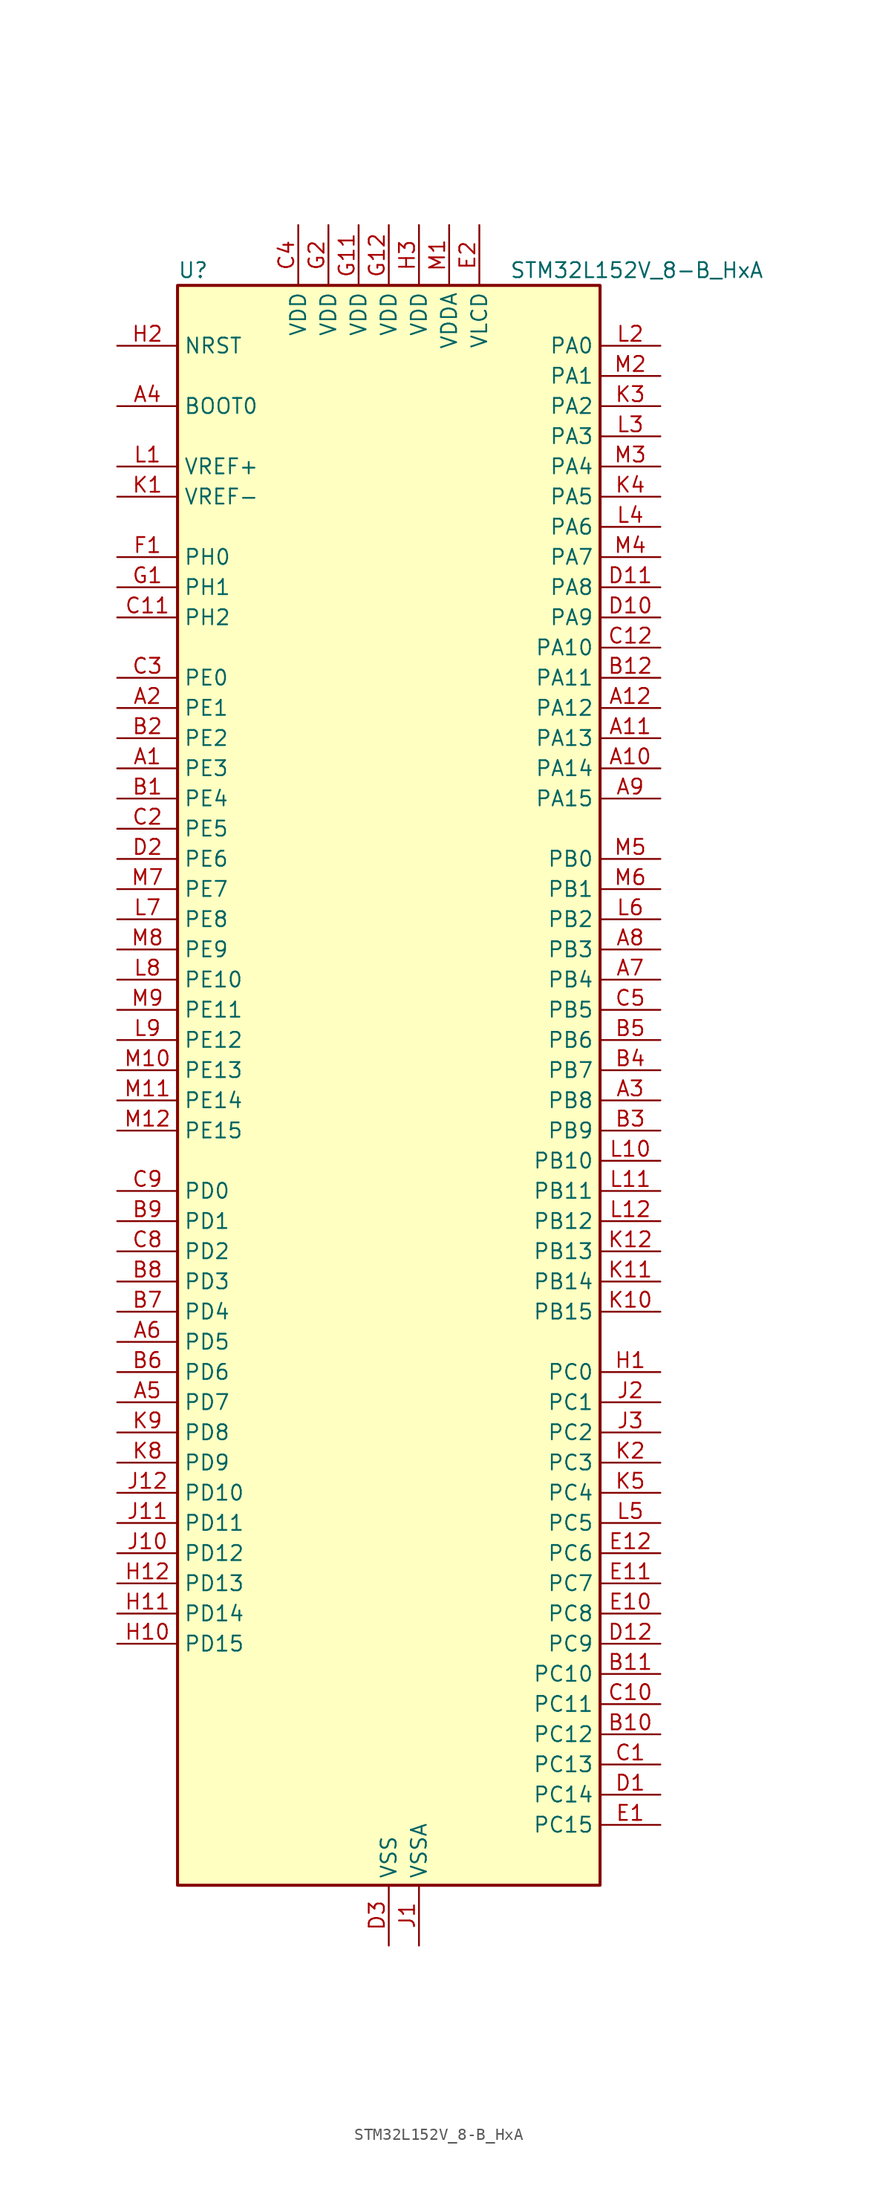
<source format=kicad_sym>
(kicad_symbol_lib
  (version 20241209)
  (generator "kicad_symbol_editor")
  (generator_version "9.0")
  (symbol "STM32L152V_8-B_HxA"
    (property "Reference" "U"
      (at -17.78 69.85 0)
      (effects (font (size 1.27 1.27)) (justify left)))
    (property "Value" "STM32L152V_8-B_HxA"
      (at 10.16 69.85 0)
      (effects (font (size 1.27 1.27)) (justify left)))
    (symbol "STM32L152V_8-B_HxA_0_1"
      (rectangle (start -17.78 -66.04) (end 17.78 68.58) (stroke (width 0.254) (type default)) (fill (type background))))
    (symbol "STM32L152V_8-B_HxA_1_1"
      (pin input line (at -22.86 63.5 0) (length 5.08) (name "NRST" (effects (font (size 1.27 1.27)))) (number "H2" (effects (font (size 1.27 1.27)))))
      (pin input line (at -22.86 58.42 0) (length 5.08) (name "BOOT0" (effects (font (size 1.27 1.27)))) (number "A4" (effects (font (size 1.27 1.27)))))
      (pin input line (at -22.86 53.34 0) (length 5.08) (name "VREF+" (effects (font (size 1.27 1.27)))) (number "L1" (effects (font (size 1.27 1.27)))))
      (pin input line (at -22.86 50.8 0) (length 5.08) (name "VREF-" (effects (font (size 1.27 1.27)))) (number "K1" (effects (font (size 1.27 1.27)))))
      (pin bidirectional line (at -22.86 45.72 0) (length 5.08) (name "PH0" (effects (font (size 1.27 1.27)))) (number "F1" (effects (font (size 1.27 1.27)))) (alternate "RCC_OSC_IN" bidirectional line))
      (pin bidirectional line (at -22.86 43.18 0) (length 5.08) (name "PH1" (effects (font (size 1.27 1.27)))) (number "G1" (effects (font (size 1.27 1.27)))) (alternate "RCC_OSC_OUT" bidirectional line))
      (pin bidirectional line (at -22.86 40.64 0) (length 5.08) (name "PH2" (effects (font (size 1.27 1.27)))) (number "C11" (effects (font (size 1.27 1.27)))))
      (pin bidirectional line (at -22.86 35.56 0) (length 5.08) (name "PE0" (effects (font (size 1.27 1.27)))) (number "C3" (effects (font (size 1.27 1.27)))) (alternate "LCD_SEG36" bidirectional line) (alternate "TIM10_CH1" bidirectional line) (alternate "TIM4_ETR" bidirectional line) (alternate "TIMX_IC1" bidirectional line))
      (pin bidirectional line (at -22.86 33.02 0) (length 5.08) (name "PE1" (effects (font (size 1.27 1.27)))) (number "A2" (effects (font (size 1.27 1.27)))) (alternate "LCD_SEG37" bidirectional line) (alternate "TIM11_CH1" bidirectional line) (alternate "TIMX_IC2" bidirectional line))
      (pin bidirectional line (at -22.86 30.48 0) (length 5.08) (name "PE2" (effects (font (size 1.27 1.27)))) (number "B2" (effects (font (size 1.27 1.27)))) (alternate "LCD_SEG38" bidirectional line) (alternate "SYS_TRACECK" bidirectional line) (alternate "TIM3_ETR" bidirectional line) (alternate "TIMX_IC3" bidirectional line))
      (pin bidirectional line (at -22.86 27.94 0) (length 5.08) (name "PE3" (effects (font (size 1.27 1.27)))) (number "A1" (effects (font (size 1.27 1.27)))) (alternate "LCD_SEG39" bidirectional line) (alternate "SYS_TRACED0" bidirectional line) (alternate "TIM3_CH1" bidirectional line) (alternate "TIMX_IC4" bidirectional line))
      (pin bidirectional line (at -22.86 25.4 0) (length 5.08) (name "PE4" (effects (font (size 1.27 1.27)))) (number "B1" (effects (font (size 1.27 1.27)))) (alternate "SYS_TRACED1" bidirectional line) (alternate "TIM3_CH2" bidirectional line) (alternate "TIMX_IC1" bidirectional line))
      (pin bidirectional line (at -22.86 22.86 0) (length 5.08) (name "PE5" (effects (font (size 1.27 1.27)))) (number "C2" (effects (font (size 1.27 1.27)))) (alternate "SYS_TRACED2" bidirectional line) (alternate "TIM9_CH1" bidirectional line) (alternate "TIMX_IC2" bidirectional line))
      (pin bidirectional line (at -22.86 20.32 0) (length 5.08) (name "PE6" (effects (font (size 1.27 1.27)))) (number "D2" (effects (font (size 1.27 1.27)))) (alternate "RTC_TAMP3" bidirectional line) (alternate "SYS_TRACED3" bidirectional line) (alternate "SYS_WKUP3" bidirectional line) (alternate "TIM9_CH2" bidirectional line) (alternate "TIMX_IC3" bidirectional line))
      (pin bidirectional line (at -22.86 17.78 0) (length 5.08) (name "PE7" (effects (font (size 1.27 1.27)))) (number "M7" (effects (font (size 1.27 1.27)))) (alternate "ADC_IN22" bidirectional line) (alternate "COMP1_INP" bidirectional line) (alternate "TIMX_IC4" bidirectional line))
      (pin bidirectional line (at -22.86 15.24 0) (length 5.08) (name "PE8" (effects (font (size 1.27 1.27)))) (number "L7" (effects (font (size 1.27 1.27)))) (alternate "ADC_IN23" bidirectional line) (alternate "COMP1_INP" bidirectional line) (alternate "TIMX_IC1" bidirectional line))
      (pin bidirectional line (at -22.86 12.7 0) (length 5.08) (name "PE9" (effects (font (size 1.27 1.27)))) (number "M8" (effects (font (size 1.27 1.27)))) (alternate "ADC_IN24" bidirectional line) (alternate "COMP1_INP" bidirectional line) (alternate "DAC_EXTI9" bidirectional line) (alternate "TIM2_CH1" bidirectional line) (alternate "TIM2_ETR" bidirectional line) (alternate "TIMX_IC2" bidirectional line))
      (pin bidirectional line (at -22.86 10.16 0) (length 5.08) (name "PE10" (effects (font (size 1.27 1.27)))) (number "L8" (effects (font (size 1.27 1.27)))) (alternate "ADC_IN25" bidirectional line) (alternate "COMP1_INP" bidirectional line) (alternate "TIM2_CH2" bidirectional line) (alternate "TIMX_IC3" bidirectional line))
      (pin bidirectional line (at -22.86 7.62 0) (length 5.08) (name "PE11" (effects (font (size 1.27 1.27)))) (number "M9" (effects (font (size 1.27 1.27)))) (alternate "ADC_EXTI11" bidirectional line) (alternate "TIM2_CH3" bidirectional line) (alternate "TIMX_IC4" bidirectional line))
      (pin bidirectional line (at -22.86 5.08 0) (length 5.08) (name "PE12" (effects (font (size 1.27 1.27)))) (number "L9" (effects (font (size 1.27 1.27)))) (alternate "SPI1_NSS" bidirectional line) (alternate "TIM2_CH4" bidirectional line) (alternate "TIMX_IC1" bidirectional line))
      (pin bidirectional line (at -22.86 2.54 0) (length 5.08) (name "PE13" (effects (font (size 1.27 1.27)))) (number "M10" (effects (font (size 1.27 1.27)))) (alternate "SPI1_SCK" bidirectional line) (alternate "TIMX_IC2" bidirectional line))
      (pin bidirectional line (at -22.86 0 0) (length 5.08) (name "PE14" (effects (font (size 1.27 1.27)))) (number "M11" (effects (font (size 1.27 1.27)))) (alternate "SPI1_MISO" bidirectional line) (alternate "TIMX_IC3" bidirectional line))
      (pin bidirectional line (at -22.86 -2.54 0) (length 5.08) (name "PE15" (effects (font (size 1.27 1.27)))) (number "M12" (effects (font (size 1.27 1.27)))) (alternate "ADC_EXTI15" bidirectional line) (alternate "SPI1_MOSI" bidirectional line) (alternate "TIMX_IC4" bidirectional line))
      (pin bidirectional line (at -22.86 -7.62 0) (length 5.08) (name "PD0" (effects (font (size 1.27 1.27)))) (number "C9" (effects (font (size 1.27 1.27)))) (alternate "SPI2_NSS" bidirectional line) (alternate "TIM9_CH1" bidirectional line) (alternate "TIMX_IC1" bidirectional line))
      (pin bidirectional line (at -22.86 -10.16 0) (length 5.08) (name "PD1" (effects (font (size 1.27 1.27)))) (number "B9" (effects (font (size 1.27 1.27)))) (alternate "SPI2_SCK" bidirectional line) (alternate "TIMX_IC2" bidirectional line))
      (pin bidirectional line (at -22.86 -12.7 0) (length 5.08) (name "PD2" (effects (font (size 1.27 1.27)))) (number "C8" (effects (font (size 1.27 1.27)))) (alternate "LCD_COM7" bidirectional line) (alternate "LCD_SEG31" bidirectional line) (alternate "LCD_SEG43" bidirectional line) (alternate "TIM3_ETR" bidirectional line) (alternate "TIMX_IC3" bidirectional line))
      (pin bidirectional line (at -22.86 -15.24 0) (length 5.08) (name "PD3" (effects (font (size 1.27 1.27)))) (number "B8" (effects (font (size 1.27 1.27)))) (alternate "SPI2_MISO" bidirectional line) (alternate "TIMX_IC4" bidirectional line) (alternate "USART2_CTS" bidirectional line))
      (pin bidirectional line (at -22.86 -17.78 0) (length 5.08) (name "PD4" (effects (font (size 1.27 1.27)))) (number "B7" (effects (font (size 1.27 1.27)))) (alternate "SPI2_MOSI" bidirectional line) (alternate "TIMX_IC1" bidirectional line) (alternate "USART2_RTS" bidirectional line))
      (pin bidirectional line (at -22.86 -20.32 0) (length 5.08) (name "PD5" (effects (font (size 1.27 1.27)))) (number "A6" (effects (font (size 1.27 1.27)))) (alternate "TIMX_IC2" bidirectional line) (alternate "USART2_TX" bidirectional line))
      (pin bidirectional line (at -22.86 -22.86 0) (length 5.08) (name "PD6" (effects (font (size 1.27 1.27)))) (number "B6" (effects (font (size 1.27 1.27)))) (alternate "TIMX_IC3" bidirectional line) (alternate "USART2_RX" bidirectional line))
      (pin bidirectional line (at -22.86 -25.4 0) (length 5.08) (name "PD7" (effects (font (size 1.27 1.27)))) (number "A5" (effects (font (size 1.27 1.27)))) (alternate "TIM9_CH2" bidirectional line) (alternate "TIMX_IC4" bidirectional line) (alternate "USART2_CK" bidirectional line))
      (pin bidirectional line (at -22.86 -27.94 0) (length 5.08) (name "PD8" (effects (font (size 1.27 1.27)))) (number "K9" (effects (font (size 1.27 1.27)))) (alternate "LCD_SEG28" bidirectional line) (alternate "TIMX_IC1" bidirectional line) (alternate "USART3_TX" bidirectional line))
      (pin bidirectional line (at -22.86 -30.48 0) (length 5.08) (name "PD9" (effects (font (size 1.27 1.27)))) (number "K8" (effects (font (size 1.27 1.27)))) (alternate "DAC_EXTI9" bidirectional line) (alternate "LCD_SEG29" bidirectional line) (alternate "TIMX_IC2" bidirectional line) (alternate "USART3_RX" bidirectional line))
      (pin bidirectional line (at -22.86 -33.02 0) (length 5.08) (name "PD10" (effects (font (size 1.27 1.27)))) (number "J12" (effects (font (size 1.27 1.27)))) (alternate "LCD_SEG30" bidirectional line) (alternate "TIMX_IC3" bidirectional line) (alternate "USART3_CK" bidirectional line))
      (pin bidirectional line (at -22.86 -35.56 0) (length 5.08) (name "PD11" (effects (font (size 1.27 1.27)))) (number "J11" (effects (font (size 1.27 1.27)))) (alternate "ADC_EXTI11" bidirectional line) (alternate "LCD_SEG31" bidirectional line) (alternate "TIMX_IC4" bidirectional line) (alternate "USART3_CTS" bidirectional line))
      (pin bidirectional line (at -22.86 -38.1 0) (length 5.08) (name "PD12" (effects (font (size 1.27 1.27)))) (number "J10" (effects (font (size 1.27 1.27)))) (alternate "LCD_SEG32" bidirectional line) (alternate "TIM4_CH1" bidirectional line) (alternate "TIMX_IC1" bidirectional line) (alternate "USART3_RTS" bidirectional line))
      (pin bidirectional line (at -22.86 -40.64 0) (length 5.08) (name "PD13" (effects (font (size 1.27 1.27)))) (number "H12" (effects (font (size 1.27 1.27)))) (alternate "LCD_SEG33" bidirectional line) (alternate "TIM4_CH2" bidirectional line) (alternate "TIMX_IC2" bidirectional line))
      (pin bidirectional line (at -22.86 -43.18 0) (length 5.08) (name "PD14" (effects (font (size 1.27 1.27)))) (number "H11" (effects (font (size 1.27 1.27)))) (alternate "LCD_SEG34" bidirectional line) (alternate "TIM4_CH3" bidirectional line) (alternate "TIMX_IC3" bidirectional line))
      (pin bidirectional line (at -22.86 -45.72 0) (length 5.08) (name "PD15" (effects (font (size 1.27 1.27)))) (number "H10" (effects (font (size 1.27 1.27)))) (alternate "ADC_EXTI15" bidirectional line) (alternate "LCD_SEG35" bidirectional line) (alternate "TIM4_CH4" bidirectional line) (alternate "TIMX_IC4" bidirectional line))
      (pin power_in line (at -7.62 73.66 270) (length 5.08) (name "VDD" (effects (font (size 1.27 1.27)))) (number "C4" (effects (font (size 1.27 1.27)))))
      (pin power_in line (at -5.08 73.66 270) (length 5.08) (name "VDD" (effects (font (size 1.27 1.27)))) (number "G2" (effects (font (size 1.27 1.27)))))
      (pin power_in line (at -2.54 73.66 270) (length 5.08) (name "VDD" (effects (font (size 1.27 1.27)))) (number "G11" (effects (font (size 1.27 1.27)))))
      (pin power_in line (at 0 73.66 270) (length 5.08) (name "VDD" (effects (font (size 1.27 1.27)))) (number "G12" (effects (font (size 1.27 1.27)))))
      (pin power_in line (at 0 -71.12 90) (length 5.08) (name "VSS" (effects (font (size 1.27 1.27)))) (number "D3" (effects (font (size 1.27 1.27)))))
      (pin passive line (at 0 -71.12 90) (length 5.08) (hide yes) (name "VSS" (effects (font (size 1.27 1.27)))) (number "E3" (effects (font (size 1.27 1.27)))))
      (pin passive line (at 0 -71.12 90) (length 5.08) (hide yes) (name "VSS" (effects (font (size 1.27 1.27)))) (number "F11" (effects (font (size 1.27 1.27)))))
      (pin passive line (at 0 -71.12 90) (length 5.08) (hide yes) (name "VSS" (effects (font (size 1.27 1.27)))) (number "F12" (effects (font (size 1.27 1.27)))))
      (pin passive line (at 0 -71.12 90) (length 5.08) (hide yes) (name "VSS" (effects (font (size 1.27 1.27)))) (number "F2" (effects (font (size 1.27 1.27)))))
      (pin power_in line (at 2.54 73.66 270) (length 5.08) (name "VDD" (effects (font (size 1.27 1.27)))) (number "H3" (effects (font (size 1.27 1.27)))))
      (pin power_in line (at 2.54 -71.12 90) (length 5.08) (name "VSSA" (effects (font (size 1.27 1.27)))) (number "J1" (effects (font (size 1.27 1.27)))))
      (pin power_in line (at 5.08 73.66 270) (length 5.08) (name "VDDA" (effects (font (size 1.27 1.27)))) (number "M1" (effects (font (size 1.27 1.27)))))
      (pin power_in line (at 7.62 73.66 270) (length 5.08) (name "VLCD" (effects (font (size 1.27 1.27)))) (number "E2" (effects (font (size 1.27 1.27)))))
      (pin bidirectional line (at 22.86 63.5 180) (length 5.08) (name "PA0" (effects (font (size 1.27 1.27)))) (number "L2" (effects (font (size 1.27 1.27)))) (alternate "ADC_IN0" bidirectional line) (alternate "COMP1_INP" bidirectional line) (alternate "RTC_TAMP2" bidirectional line) (alternate "SYS_WKUP1" bidirectional line) (alternate "TIM2_CH1" bidirectional line) (alternate "TIM2_ETR" bidirectional line) (alternate "TIMX_IC1" bidirectional line) (alternate "TS_G1_IO1" bidirectional line) (alternate "USART2_CTS" bidirectional line))
      (pin bidirectional line (at 22.86 60.96 180) (length 5.08) (name "PA1" (effects (font (size 1.27 1.27)))) (number "M2" (effects (font (size 1.27 1.27)))) (alternate "ADC_IN1" bidirectional line) (alternate "COMP1_INP" bidirectional line) (alternate "LCD_SEG0" bidirectional line) (alternate "TIM2_CH2" bidirectional line) (alternate "TIMX_IC2" bidirectional line) (alternate "TS_G1_IO2" bidirectional line) (alternate "USART2_RTS" bidirectional line))
      (pin bidirectional line (at 22.86 58.42 180) (length 5.08) (name "PA2" (effects (font (size 1.27 1.27)))) (number "K3" (effects (font (size 1.27 1.27)))) (alternate "ADC_IN2" bidirectional line) (alternate "COMP1_INP" bidirectional line) (alternate "LCD_SEG1" bidirectional line) (alternate "TIM2_CH3" bidirectional line) (alternate "TIM9_CH1" bidirectional line) (alternate "TIMX_IC3" bidirectional line) (alternate "TS_G1_IO3" bidirectional line) (alternate "USART2_TX" bidirectional line))
      (pin bidirectional line (at 22.86 55.88 180) (length 5.08) (name "PA3" (effects (font (size 1.27 1.27)))) (number "L3" (effects (font (size 1.27 1.27)))) (alternate "ADC_IN3" bidirectional line) (alternate "COMP1_INP" bidirectional line) (alternate "LCD_SEG2" bidirectional line) (alternate "TIM2_CH4" bidirectional line) (alternate "TIM9_CH2" bidirectional line) (alternate "TIMX_IC4" bidirectional line) (alternate "TS_G1_IO4" bidirectional line) (alternate "USART2_RX" bidirectional line))
      (pin bidirectional line (at 22.86 53.34 180) (length 5.08) (name "PA4" (effects (font (size 1.27 1.27)))) (number "M3" (effects (font (size 1.27 1.27)))) (alternate "ADC_IN4" bidirectional line) (alternate "COMP1_INP" bidirectional line) (alternate "DAC_OUT1" bidirectional line) (alternate "SPI1_NSS" bidirectional line) (alternate "TIMX_IC1" bidirectional line) (alternate "USART2_CK" bidirectional line))
      (pin bidirectional line (at 22.86 50.8 180) (length 5.08) (name "PA5" (effects (font (size 1.27 1.27)))) (number "K4" (effects (font (size 1.27 1.27)))) (alternate "ADC_IN5" bidirectional line) (alternate "COMP1_INP" bidirectional line) (alternate "DAC_OUT2" bidirectional line) (alternate "SPI1_SCK" bidirectional line) (alternate "TIM2_CH1" bidirectional line) (alternate "TIM2_ETR" bidirectional line) (alternate "TIMX_IC2" bidirectional line))
      (pin bidirectional line (at 22.86 48.26 180) (length 5.08) (name "PA6" (effects (font (size 1.27 1.27)))) (number "L4" (effects (font (size 1.27 1.27)))) (alternate "ADC_IN6" bidirectional line) (alternate "COMP1_INP" bidirectional line) (alternate "LCD_SEG3" bidirectional line) (alternate "SPI1_MISO" bidirectional line) (alternate "TIM10_CH1" bidirectional line) (alternate "TIM3_CH1" bidirectional line) (alternate "TIMX_IC3" bidirectional line) (alternate "TS_G2_IO1" bidirectional line))
      (pin bidirectional line (at 22.86 45.72 180) (length 5.08) (name "PA7" (effects (font (size 1.27 1.27)))) (number "M4" (effects (font (size 1.27 1.27)))) (alternate "ADC_IN7" bidirectional line) (alternate "COMP1_INP" bidirectional line) (alternate "LCD_SEG4" bidirectional line) (alternate "SPI1_MOSI" bidirectional line) (alternate "TIM11_CH1" bidirectional line) (alternate "TIM3_CH2" bidirectional line) (alternate "TIMX_IC4" bidirectional line) (alternate "TS_G2_IO2" bidirectional line))
      (pin bidirectional line (at 22.86 43.18 180) (length 5.08) (name "PA8" (effects (font (size 1.27 1.27)))) (number "D11" (effects (font (size 1.27 1.27)))) (alternate "LCD_COM0" bidirectional line) (alternate "RCC_MCO" bidirectional line) (alternate "TIMX_IC1" bidirectional line) (alternate "TS_G4_IO1" bidirectional line) (alternate "USART1_CK" bidirectional line))
      (pin bidirectional line (at 22.86 40.64 180) (length 5.08) (name "PA9" (effects (font (size 1.27 1.27)))) (number "D10" (effects (font (size 1.27 1.27)))) (alternate "DAC_EXTI9" bidirectional line) (alternate "LCD_COM1" bidirectional line) (alternate "TIMX_IC2" bidirectional line) (alternate "TS_G4_IO2" bidirectional line) (alternate "USART1_TX" bidirectional line))
      (pin bidirectional line (at 22.86 38.1 180) (length 5.08) (name "PA10" (effects (font (size 1.27 1.27)))) (number "C12" (effects (font (size 1.27 1.27)))) (alternate "LCD_COM2" bidirectional line) (alternate "TIMX_IC3" bidirectional line) (alternate "TS_G4_IO3" bidirectional line) (alternate "USART1_RX" bidirectional line))
      (pin bidirectional line (at 22.86 35.56 180) (length 5.08) (name "PA11" (effects (font (size 1.27 1.27)))) (number "B12" (effects (font (size 1.27 1.27)))) (alternate "ADC_EXTI11" bidirectional line) (alternate "SPI1_MISO" bidirectional line) (alternate "TIMX_IC4" bidirectional line) (alternate "USART1_CTS" bidirectional line) (alternate "USB_DM" bidirectional line))
      (pin bidirectional line (at 22.86 33.02 180) (length 5.08) (name "PA12" (effects (font (size 1.27 1.27)))) (number "A12" (effects (font (size 1.27 1.27)))) (alternate "SPI1_MOSI" bidirectional line) (alternate "TIMX_IC1" bidirectional line) (alternate "USART1_RTS" bidirectional line) (alternate "USB_DP" bidirectional line))
      (pin bidirectional line (at 22.86 30.48 180) (length 5.08) (name "PA13" (effects (font (size 1.27 1.27)))) (number "A11" (effects (font (size 1.27 1.27)))) (alternate "SYS_JTMS-SWDIO" bidirectional line) (alternate "TIMX_IC2" bidirectional line) (alternate "TS_G5_IO1" bidirectional line))
      (pin bidirectional line (at 22.86 27.94 180) (length 5.08) (name "PA14" (effects (font (size 1.27 1.27)))) (number "A10" (effects (font (size 1.27 1.27)))) (alternate "SYS_JTCK-SWCLK" bidirectional line) (alternate "TIMX_IC3" bidirectional line) (alternate "TS_G5_IO2" bidirectional line))
      (pin bidirectional line (at 22.86 25.4 180) (length 5.08) (name "PA15" (effects (font (size 1.27 1.27)))) (number "A9" (effects (font (size 1.27 1.27)))) (alternate "ADC_EXTI15" bidirectional line) (alternate "LCD_SEG17" bidirectional line) (alternate "SPI1_NSS" bidirectional line) (alternate "SYS_JTDI" bidirectional line) (alternate "TIM2_CH1" bidirectional line) (alternate "TIM2_ETR" bidirectional line) (alternate "TIMX_IC4" bidirectional line) (alternate "TS_G5_IO3" bidirectional line))
      (pin bidirectional line (at 22.86 20.32 180) (length 5.08) (name "PB0" (effects (font (size 1.27 1.27)))) (number "M5" (effects (font (size 1.27 1.27)))) (alternate "ADC_IN8" bidirectional line) (alternate "COMP1_INP" bidirectional line) (alternate "LCD_SEG5" bidirectional line) (alternate "SYS_V_REF_OUT" bidirectional line) (alternate "TIM3_CH3" bidirectional line) (alternate "TS_G3_IO1" bidirectional line))
      (pin bidirectional line (at 22.86 17.78 180) (length 5.08) (name "PB1" (effects (font (size 1.27 1.27)))) (number "M6" (effects (font (size 1.27 1.27)))) (alternate "ADC_IN9" bidirectional line) (alternate "COMP1_INP" bidirectional line) (alternate "LCD_SEG6" bidirectional line) (alternate "SYS_V_REF_OUT" bidirectional line) (alternate "TIM3_CH4" bidirectional line) (alternate "TS_G3_IO2" bidirectional line))
      (pin bidirectional line (at 22.86 15.24 180) (length 5.08) (name "PB2" (effects (font (size 1.27 1.27)))) (number "L6" (effects (font (size 1.27 1.27)))) (alternate "TS_G3_IO3" bidirectional line))
      (pin bidirectional line (at 22.86 12.7 180) (length 5.08) (name "PB3" (effects (font (size 1.27 1.27)))) (number "A8" (effects (font (size 1.27 1.27)))) (alternate "COMP2_INM" bidirectional line) (alternate "LCD_SEG7" bidirectional line) (alternate "SPI1_SCK" bidirectional line) (alternate "SYS_JTDO-TRACESWO" bidirectional line) (alternate "TIM2_CH2" bidirectional line))
      (pin bidirectional line (at 22.86 10.16 180) (length 5.08) (name "PB4" (effects (font (size 1.27 1.27)))) (number "A7" (effects (font (size 1.27 1.27)))) (alternate "COMP2_INP" bidirectional line) (alternate "LCD_SEG8" bidirectional line) (alternate "SPI1_MISO" bidirectional line) (alternate "SYS_JTRST" bidirectional line) (alternate "TIM3_CH1" bidirectional line) (alternate "TS_G6_IO1" bidirectional line))
      (pin bidirectional line (at 22.86 7.62 180) (length 5.08) (name "PB5" (effects (font (size 1.27 1.27)))) (number "C5" (effects (font (size 1.27 1.27)))) (alternate "COMP2_INP" bidirectional line) (alternate "I2C1_SMBA" bidirectional line) (alternate "LCD_SEG9" bidirectional line) (alternate "SPI1_MOSI" bidirectional line) (alternate "TIM3_CH2" bidirectional line) (alternate "TS_G6_IO2" bidirectional line))
      (pin bidirectional line (at 22.86 5.08 180) (length 5.08) (name "PB6" (effects (font (size 1.27 1.27)))) (number "B5" (effects (font (size 1.27 1.27)))) (alternate "I2C1_SCL" bidirectional line) (alternate "TIM4_CH1" bidirectional line) (alternate "TS_G6_IO3" bidirectional line) (alternate "USART1_TX" bidirectional line))
      (pin bidirectional line (at 22.86 2.54 180) (length 5.08) (name "PB7" (effects (font (size 1.27 1.27)))) (number "B4" (effects (font (size 1.27 1.27)))) (alternate "I2C1_SDA" bidirectional line) (alternate "SYS_PVD_IN" bidirectional line) (alternate "TIM4_CH2" bidirectional line) (alternate "TS_G6_IO4" bidirectional line) (alternate "USART1_RX" bidirectional line))
      (pin bidirectional line (at 22.86 0 180) (length 5.08) (name "PB8" (effects (font (size 1.27 1.27)))) (number "A3" (effects (font (size 1.27 1.27)))) (alternate "I2C1_SCL" bidirectional line) (alternate "LCD_SEG16" bidirectional line) (alternate "TIM10_CH1" bidirectional line) (alternate "TIM4_CH3" bidirectional line))
      (pin bidirectional line (at 22.86 -2.54 180) (length 5.08) (name "PB9" (effects (font (size 1.27 1.27)))) (number "B3" (effects (font (size 1.27 1.27)))) (alternate "DAC_EXTI9" bidirectional line) (alternate "I2C1_SDA" bidirectional line) (alternate "LCD_COM3" bidirectional line) (alternate "TIM11_CH1" bidirectional line) (alternate "TIM4_CH4" bidirectional line))
      (pin bidirectional line (at 22.86 -5.08 180) (length 5.08) (name "PB10" (effects (font (size 1.27 1.27)))) (number "L10" (effects (font (size 1.27 1.27)))) (alternate "I2C2_SCL" bidirectional line) (alternate "LCD_SEG10" bidirectional line) (alternate "TIM2_CH3" bidirectional line) (alternate "USART3_TX" bidirectional line))
      (pin bidirectional line (at 22.86 -7.62 180) (length 5.08) (name "PB11" (effects (font (size 1.27 1.27)))) (number "L11" (effects (font (size 1.27 1.27)))) (alternate "ADC_EXTI11" bidirectional line) (alternate "I2C2_SDA" bidirectional line) (alternate "LCD_SEG11" bidirectional line) (alternate "TIM2_CH4" bidirectional line) (alternate "USART3_RX" bidirectional line))
      (pin bidirectional line (at 22.86 -10.16 180) (length 5.08) (name "PB12" (effects (font (size 1.27 1.27)))) (number "L12" (effects (font (size 1.27 1.27)))) (alternate "ADC_IN18" bidirectional line) (alternate "COMP1_INP" bidirectional line) (alternate "I2C2_SMBA" bidirectional line) (alternate "LCD_SEG12" bidirectional line) (alternate "SPI2_NSS" bidirectional line) (alternate "TIM10_CH1" bidirectional line) (alternate "TS_G7_IO1" bidirectional line) (alternate "USART3_CK" bidirectional line))
      (pin bidirectional line (at 22.86 -12.7 180) (length 5.08) (name "PB13" (effects (font (size 1.27 1.27)))) (number "K12" (effects (font (size 1.27 1.27)))) (alternate "ADC_IN19" bidirectional line) (alternate "COMP1_INP" bidirectional line) (alternate "LCD_SEG13" bidirectional line) (alternate "SPI2_SCK" bidirectional line) (alternate "TIM9_CH1" bidirectional line) (alternate "TS_G7_IO2" bidirectional line) (alternate "USART3_CTS" bidirectional line))
      (pin bidirectional line (at 22.86 -15.24 180) (length 5.08) (name "PB14" (effects (font (size 1.27 1.27)))) (number "K11" (effects (font (size 1.27 1.27)))) (alternate "ADC_IN20" bidirectional line) (alternate "COMP1_INP" bidirectional line) (alternate "LCD_SEG14" bidirectional line) (alternate "SPI2_MISO" bidirectional line) (alternate "TIM9_CH2" bidirectional line) (alternate "TS_G7_IO3" bidirectional line) (alternate "USART3_RTS" bidirectional line))
      (pin bidirectional line (at 22.86 -17.78 180) (length 5.08) (name "PB15" (effects (font (size 1.27 1.27)))) (number "K10" (effects (font (size 1.27 1.27)))) (alternate "ADC_EXTI15" bidirectional line) (alternate "ADC_IN21" bidirectional line) (alternate "COMP1_INP" bidirectional line) (alternate "LCD_SEG15" bidirectional line) (alternate "RTC_REFIN" bidirectional line) (alternate "SPI2_MOSI" bidirectional line) (alternate "TIM11_CH1" bidirectional line) (alternate "TS_G7_IO4" bidirectional line))
      (pin bidirectional line (at 22.86 -22.86 180) (length 5.08) (name "PC0" (effects (font (size 1.27 1.27)))) (number "H1" (effects (font (size 1.27 1.27)))) (alternate "ADC_IN10" bidirectional line) (alternate "COMP1_INP" bidirectional line) (alternate "LCD_SEG18" bidirectional line) (alternate "TIMX_IC1" bidirectional line) (alternate "TS_G8_IO1" bidirectional line))
      (pin bidirectional line (at 22.86 -25.4 180) (length 5.08) (name "PC1" (effects (font (size 1.27 1.27)))) (number "J2" (effects (font (size 1.27 1.27)))) (alternate "ADC_IN11" bidirectional line) (alternate "COMP1_INP" bidirectional line) (alternate "LCD_SEG19" bidirectional line) (alternate "TIMX_IC2" bidirectional line) (alternate "TS_G8_IO2" bidirectional line))
      (pin bidirectional line (at 22.86 -27.94 180) (length 5.08) (name "PC2" (effects (font (size 1.27 1.27)))) (number "J3" (effects (font (size 1.27 1.27)))) (alternate "ADC_IN12" bidirectional line) (alternate "COMP1_INP" bidirectional line) (alternate "LCD_SEG20" bidirectional line) (alternate "TIMX_IC3" bidirectional line) (alternate "TS_G8_IO3" bidirectional line))
      (pin bidirectional line (at 22.86 -30.48 180) (length 5.08) (name "PC3" (effects (font (size 1.27 1.27)))) (number "K2" (effects (font (size 1.27 1.27)))) (alternate "ADC_IN13" bidirectional line) (alternate "COMP1_INP" bidirectional line) (alternate "LCD_SEG21" bidirectional line) (alternate "TIMX_IC4" bidirectional line) (alternate "TS_G8_IO4" bidirectional line))
      (pin bidirectional line (at 22.86 -33.02 180) (length 5.08) (name "PC4" (effects (font (size 1.27 1.27)))) (number "K5" (effects (font (size 1.27 1.27)))) (alternate "ADC_IN14" bidirectional line) (alternate "COMP1_INP" bidirectional line) (alternate "LCD_SEG22" bidirectional line) (alternate "TIMX_IC1" bidirectional line) (alternate "TS_G9_IO1" bidirectional line))
      (pin bidirectional line (at 22.86 -35.56 180) (length 5.08) (name "PC5" (effects (font (size 1.27 1.27)))) (number "L5" (effects (font (size 1.27 1.27)))) (alternate "ADC_IN15" bidirectional line) (alternate "COMP1_INP" bidirectional line) (alternate "LCD_SEG23" bidirectional line) (alternate "TIMX_IC2" bidirectional line) (alternate "TS_G9_IO2" bidirectional line))
      (pin bidirectional line (at 22.86 -38.1 180) (length 5.08) (name "PC6" (effects (font (size 1.27 1.27)))) (number "E12" (effects (font (size 1.27 1.27)))) (alternate "LCD_SEG24" bidirectional line) (alternate "TIM3_CH1" bidirectional line) (alternate "TIMX_IC3" bidirectional line) (alternate "TS_G10_IO1" bidirectional line))
      (pin bidirectional line (at 22.86 -40.64 180) (length 5.08) (name "PC7" (effects (font (size 1.27 1.27)))) (number "E11" (effects (font (size 1.27 1.27)))) (alternate "LCD_SEG25" bidirectional line) (alternate "TIM3_CH2" bidirectional line) (alternate "TIMX_IC4" bidirectional line) (alternate "TS_G10_IO2" bidirectional line))
      (pin bidirectional line (at 22.86 -43.18 180) (length 5.08) (name "PC8" (effects (font (size 1.27 1.27)))) (number "E10" (effects (font (size 1.27 1.27)))) (alternate "LCD_SEG26" bidirectional line) (alternate "TIM3_CH3" bidirectional line) (alternate "TIMX_IC1" bidirectional line) (alternate "TS_G10_IO3" bidirectional line))
      (pin bidirectional line (at 22.86 -45.72 180) (length 5.08) (name "PC9" (effects (font (size 1.27 1.27)))) (number "D12" (effects (font (size 1.27 1.27)))) (alternate "DAC_EXTI9" bidirectional line) (alternate "LCD_SEG27" bidirectional line) (alternate "TIM3_CH4" bidirectional line) (alternate "TIMX_IC2" bidirectional line) (alternate "TS_G10_IO4" bidirectional line))
      (pin bidirectional line (at 22.86 -48.26 180) (length 5.08) (name "PC10" (effects (font (size 1.27 1.27)))) (number "B11" (effects (font (size 1.27 1.27)))) (alternate "LCD_COM4" bidirectional line) (alternate "LCD_SEG28" bidirectional line) (alternate "LCD_SEG40" bidirectional line) (alternate "TIMX_IC3" bidirectional line) (alternate "USART3_TX" bidirectional line))
      (pin bidirectional line (at 22.86 -50.8 180) (length 5.08) (name "PC11" (effects (font (size 1.27 1.27)))) (number "C10" (effects (font (size 1.27 1.27)))) (alternate "ADC_EXTI11" bidirectional line) (alternate "LCD_COM5" bidirectional line) (alternate "LCD_SEG29" bidirectional line) (alternate "LCD_SEG41" bidirectional line) (alternate "TIMX_IC4" bidirectional line) (alternate "USART3_RX" bidirectional line))
      (pin bidirectional line (at 22.86 -53.34 180) (length 5.08) (name "PC12" (effects (font (size 1.27 1.27)))) (number "B10" (effects (font (size 1.27 1.27)))) (alternate "LCD_COM6" bidirectional line) (alternate "LCD_SEG30" bidirectional line) (alternate "LCD_SEG42" bidirectional line) (alternate "TIMX_IC1" bidirectional line) (alternate "USART3_CK" bidirectional line))
      (pin bidirectional line (at 22.86 -55.88 180) (length 5.08) (name "PC13" (effects (font (size 1.27 1.27)))) (number "C1" (effects (font (size 1.27 1.27)))) (alternate "RTC_OUT_ALARM" bidirectional line) (alternate "RTC_OUT_CALIB" bidirectional line) (alternate "RTC_TAMP1" bidirectional line) (alternate "RTC_TS" bidirectional line) (alternate "SYS_WKUP2" bidirectional line) (alternate "TIMX_IC2" bidirectional line))
      (pin bidirectional line (at 22.86 -58.42 180) (length 5.08) (name "PC14" (effects (font (size 1.27 1.27)))) (number "D1" (effects (font (size 1.27 1.27)))) (alternate "RCC_OSC32_IN" bidirectional line) (alternate "TIMX_IC3" bidirectional line))
      (pin bidirectional line (at 22.86 -60.96 180) (length 5.08) (name "PC15" (effects (font (size 1.27 1.27)))) (number "E1" (effects (font (size 1.27 1.27)))) (alternate "ADC_EXTI15" bidirectional line) (alternate "RCC_OSC32_OUT" bidirectional line) (alternate "TIMX_IC4" bidirectional line)))))
</source>
